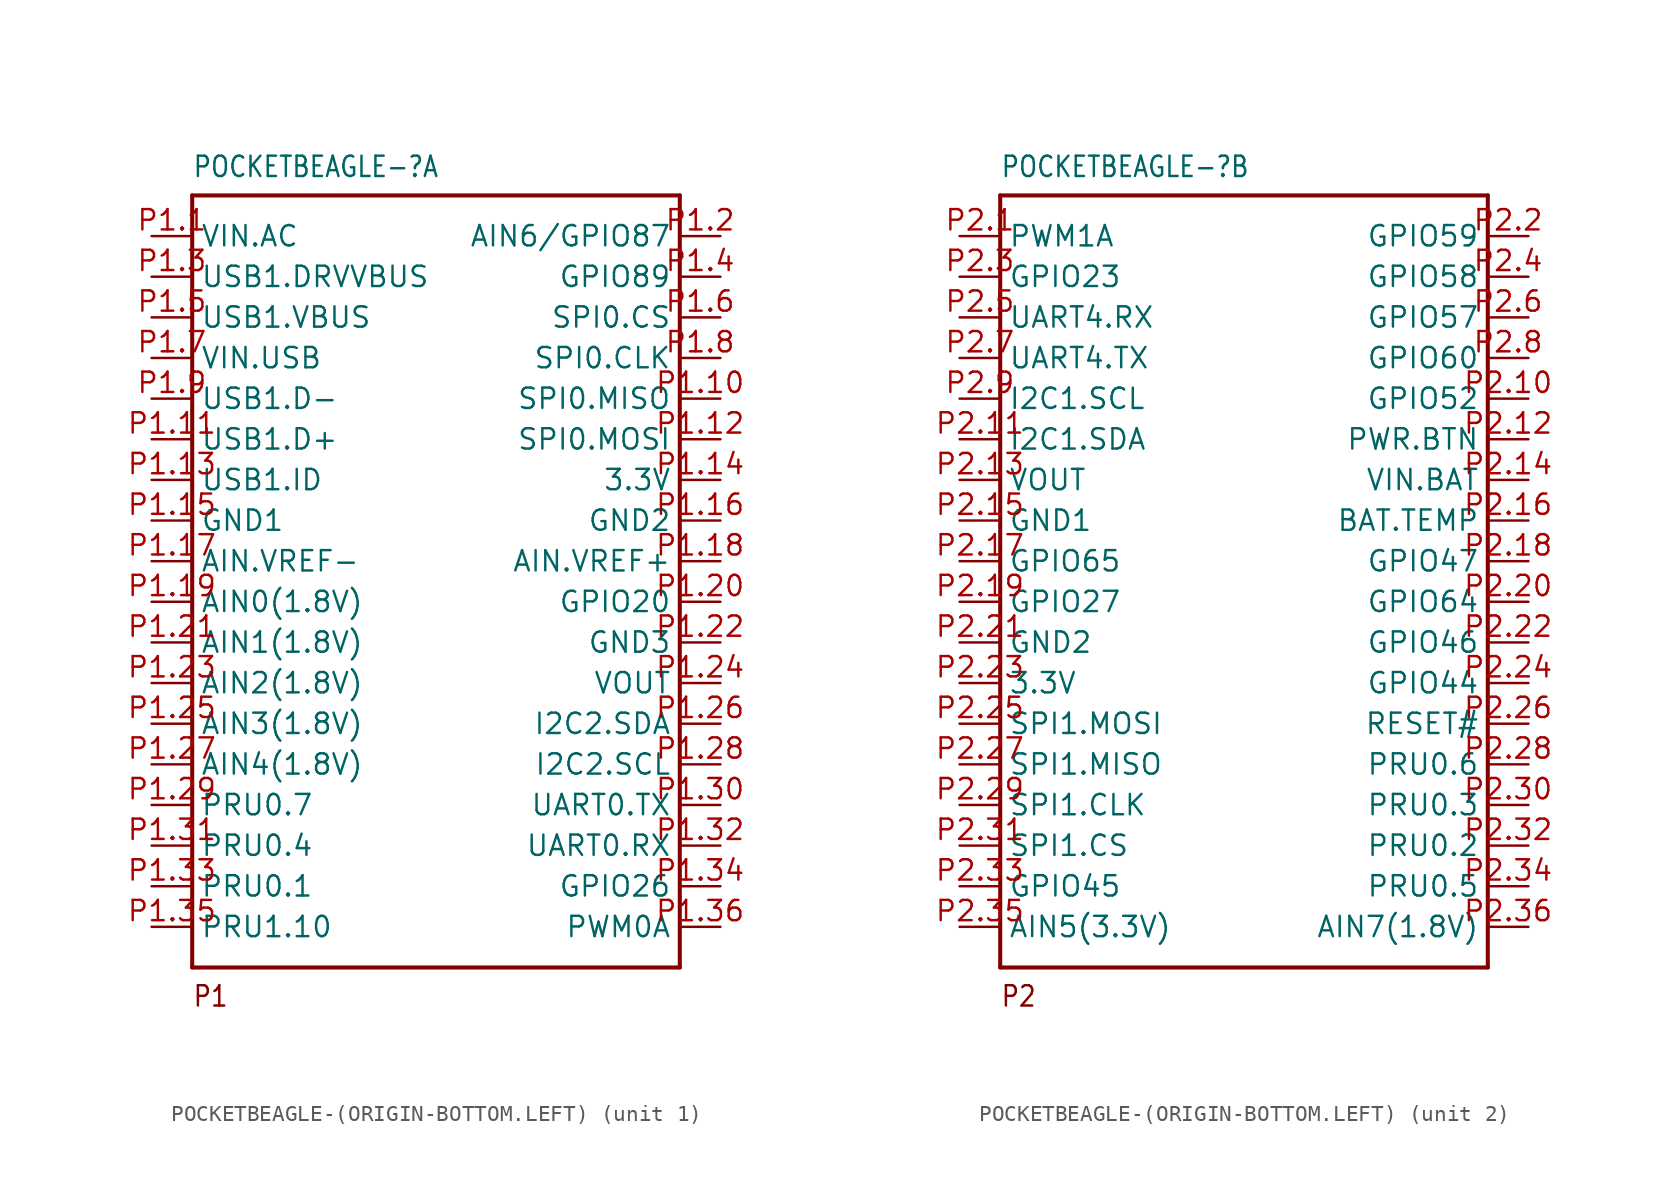
<source format=kicad_sym>
(kicad_symbol_lib
  (version 20231120)
  (generator "kicad_symbol_editor")
  (generator_version "8.0")
  (symbol "POCKETBEAGLE-(ORIGIN-BOTTOM.LEFT)"
    (property "Reference" "POCKETBEAGLE-"
      (at -15.24 27.94 0)
      (effects (font (size 1.27 1.079)) (justify left top)))
    (property "ki_locked" ""
      (at 0 0 0)
      (effects (font (size 1.27 1.27))))
    (symbol "POCKETBEAGLE-(ORIGIN-BOTTOM.LEFT)_1_0"
      (polyline (pts (xy -15.24 -22.86) (xy -15.24 25.4)) (stroke (width 0.254) (type solid)) (fill (type none)))
      (polyline (pts (xy -15.24 25.4) (xy 15.24 25.4)) (stroke (width 0.254) (type solid)) (fill (type none)))
      (polyline (pts (xy 15.24 -22.86) (xy -15.24 -22.86)) (stroke (width 0.254) (type solid)) (fill (type none)))
      (polyline (pts (xy 15.24 25.4) (xy 15.24 -22.86)) (stroke (width 0.254) (type solid)) (fill (type none)))
      (text "P1" (at -15.24 -25.4 0) (effects (font (size 1.27 1.079)) (justify left bottom)))
      (pin bidirectional line (at -17.78 22.86 0) (length 2.54) (name "VIN.AC" (effects (font (size 1.27 1.27)))) (number "P1.1" (effects (font (size 1.27 1.27)))))
      (pin bidirectional line (at 17.78 12.7 180) (length 2.54) (name "SPI0.MISO" (effects (font (size 1.27 1.27)))) (number "P1.10" (effects (font (size 1.27 1.27)))))
      (pin bidirectional line (at -17.78 10.16 0) (length 2.54) (name "USB1.D+" (effects (font (size 1.27 1.27)))) (number "P1.11" (effects (font (size 1.27 1.27)))))
      (pin bidirectional line (at 17.78 10.16 180) (length 2.54) (name "SPI0.MOSI" (effects (font (size 1.27 1.27)))) (number "P1.12" (effects (font (size 1.27 1.27)))))
      (pin bidirectional line (at -17.78 7.62 0) (length 2.54) (name "USB1.ID" (effects (font (size 1.27 1.27)))) (number "P1.13" (effects (font (size 1.27 1.27)))))
      (pin bidirectional line (at 17.78 7.62 180) (length 2.54) (name "3.3V" (effects (font (size 1.27 1.27)))) (number "P1.14" (effects (font (size 1.27 1.27)))))
      (pin bidirectional line (at -17.78 5.08 0) (length 2.54) (name "GND1" (effects (font (size 1.27 1.27)))) (number "P1.15" (effects (font (size 1.27 1.27)))))
      (pin bidirectional line (at 17.78 5.08 180) (length 2.54) (name "GND2" (effects (font (size 1.27 1.27)))) (number "P1.16" (effects (font (size 1.27 1.27)))))
      (pin bidirectional line (at -17.78 2.54 0) (length 2.54) (name "AIN.VREF-" (effects (font (size 1.27 1.27)))) (number "P1.17" (effects (font (size 1.27 1.27)))))
      (pin bidirectional line (at 17.78 2.54 180) (length 2.54) (name "AIN.VREF+" (effects (font (size 1.27 1.27)))) (number "P1.18" (effects (font (size 1.27 1.27)))))
      (pin bidirectional line (at -17.78 0 0) (length 2.54) (name "AIN0(1.8V)" (effects (font (size 1.27 1.27)))) (number "P1.19" (effects (font (size 1.27 1.27)))))
      (pin bidirectional line (at 17.78 22.86 180) (length 2.54) (name "AIN6/GPIO87" (effects (font (size 1.27 1.27)))) (number "P1.2" (effects (font (size 1.27 1.27)))))
      (pin bidirectional line (at 17.78 0 180) (length 2.54) (name "GPIO20" (effects (font (size 1.27 1.27)))) (number "P1.20" (effects (font (size 1.27 1.27)))))
      (pin bidirectional line (at -17.78 -2.54 0) (length 2.54) (name "AIN1(1.8V)" (effects (font (size 1.27 1.27)))) (number "P1.21" (effects (font (size 1.27 1.27)))))
      (pin bidirectional line (at 17.78 -2.54 180) (length 2.54) (name "GND3" (effects (font (size 1.27 1.27)))) (number "P1.22" (effects (font (size 1.27 1.27)))))
      (pin bidirectional line (at -17.78 -5.08 0) (length 2.54) (name "AIN2(1.8V)" (effects (font (size 1.27 1.27)))) (number "P1.23" (effects (font (size 1.27 1.27)))))
      (pin bidirectional line (at 17.78 -5.08 180) (length 2.54) (name "VOUT" (effects (font (size 1.27 1.27)))) (number "P1.24" (effects (font (size 1.27 1.27)))))
      (pin bidirectional line (at -17.78 -7.62 0) (length 2.54) (name "AIN3(1.8V)" (effects (font (size 1.27 1.27)))) (number "P1.25" (effects (font (size 1.27 1.27)))))
      (pin bidirectional line (at 17.78 -7.62 180) (length 2.54) (name "I2C2.SDA" (effects (font (size 1.27 1.27)))) (number "P1.26" (effects (font (size 1.27 1.27)))))
      (pin bidirectional line (at -17.78 -10.16 0) (length 2.54) (name "AIN4(1.8V)" (effects (font (size 1.27 1.27)))) (number "P1.27" (effects (font (size 1.27 1.27)))))
      (pin bidirectional line (at 17.78 -10.16 180) (length 2.54) (name "I2C2.SCL" (effects (font (size 1.27 1.27)))) (number "P1.28" (effects (font (size 1.27 1.27)))))
      (pin bidirectional line (at -17.78 -12.7 0) (length 2.54) (name "PRU0.7" (effects (font (size 1.27 1.27)))) (number "P1.29" (effects (font (size 1.27 1.27)))))
      (pin bidirectional line (at -17.78 20.32 0) (length 2.54) (name "USB1.DRVVBUS" (effects (font (size 1.27 1.27)))) (number "P1.3" (effects (font (size 1.27 1.27)))))
      (pin bidirectional line (at 17.78 -12.7 180) (length 2.54) (name "UART0.TX" (effects (font (size 1.27 1.27)))) (number "P1.30" (effects (font (size 1.27 1.27)))))
      (pin bidirectional line (at -17.78 -15.24 0) (length 2.54) (name "PRU0.4" (effects (font (size 1.27 1.27)))) (number "P1.31" (effects (font (size 1.27 1.27)))))
      (pin bidirectional line (at 17.78 -15.24 180) (length 2.54) (name "UART0.RX" (effects (font (size 1.27 1.27)))) (number "P1.32" (effects (font (size 1.27 1.27)))))
      (pin bidirectional line (at -17.78 -17.78 0) (length 2.54) (name "PRU0.1" (effects (font (size 1.27 1.27)))) (number "P1.33" (effects (font (size 1.27 1.27)))))
      (pin bidirectional line (at 17.78 -17.78 180) (length 2.54) (name "GPIO26" (effects (font (size 1.27 1.27)))) (number "P1.34" (effects (font (size 1.27 1.27)))))
      (pin bidirectional line (at -17.78 -20.32 0) (length 2.54) (name "PRU1.10" (effects (font (size 1.27 1.27)))) (number "P1.35" (effects (font (size 1.27 1.27)))))
      (pin bidirectional line (at 17.78 -20.32 180) (length 2.54) (name "PWM0A" (effects (font (size 1.27 1.27)))) (number "P1.36" (effects (font (size 1.27 1.27)))))
      (pin bidirectional line (at 17.78 20.32 180) (length 2.54) (name "GPIO89" (effects (font (size 1.27 1.27)))) (number "P1.4" (effects (font (size 1.27 1.27)))))
      (pin bidirectional line (at -17.78 17.78 0) (length 2.54) (name "USB1.VBUS" (effects (font (size 1.27 1.27)))) (number "P1.5" (effects (font (size 1.27 1.27)))))
      (pin bidirectional line (at 17.78 17.78 180) (length 2.54) (name "SPI0.CS" (effects (font (size 1.27 1.27)))) (number "P1.6" (effects (font (size 1.27 1.27)))))
      (pin bidirectional line (at -17.78 15.24 0) (length 2.54) (name "VIN.USB" (effects (font (size 1.27 1.27)))) (number "P1.7" (effects (font (size 1.27 1.27)))))
      (pin bidirectional line (at 17.78 15.24 180) (length 2.54) (name "SPI0.CLK" (effects (font (size 1.27 1.27)))) (number "P1.8" (effects (font (size 1.27 1.27)))))
      (pin bidirectional line (at -17.78 12.7 0) (length 2.54) (name "USB1.D-" (effects (font (size 1.27 1.27)))) (number "P1.9" (effects (font (size 1.27 1.27))))))
    (symbol "POCKETBEAGLE-(ORIGIN-BOTTOM.LEFT)_2_0"
      (polyline (pts (xy -15.24 -22.86) (xy -15.24 25.4)) (stroke (width 0.254) (type solid)) (fill (type none)))
      (polyline (pts (xy -15.24 25.4) (xy 15.24 25.4)) (stroke (width 0.254) (type solid)) (fill (type none)))
      (polyline (pts (xy 15.24 -22.86) (xy -15.24 -22.86)) (stroke (width 0.254) (type solid)) (fill (type none)))
      (polyline (pts (xy 15.24 25.4) (xy 15.24 -22.86)) (stroke (width 0.254) (type solid)) (fill (type none)))
      (text "P2" (at -15.24 -25.4 0) (effects (font (size 1.27 1.079)) (justify left bottom)))
      (pin bidirectional line (at -17.78 22.86 0) (length 2.54) (name "PWM1A" (effects (font (size 1.27 1.27)))) (number "P2.1" (effects (font (size 1.27 1.27)))))
      (pin bidirectional line (at 17.78 12.7 180) (length 2.54) (name "GPIO52" (effects (font (size 1.27 1.27)))) (number "P2.10" (effects (font (size 1.27 1.27)))))
      (pin bidirectional line (at -17.78 10.16 0) (length 2.54) (name "I2C1.SDA" (effects (font (size 1.27 1.27)))) (number "P2.11" (effects (font (size 1.27 1.27)))))
      (pin bidirectional line (at 17.78 10.16 180) (length 2.54) (name "PWR.BTN" (effects (font (size 1.27 1.27)))) (number "P2.12" (effects (font (size 1.27 1.27)))))
      (pin bidirectional line (at -17.78 7.62 0) (length 2.54) (name "VOUT" (effects (font (size 1.27 1.27)))) (number "P2.13" (effects (font (size 1.27 1.27)))))
      (pin bidirectional line (at 17.78 7.62 180) (length 2.54) (name "VIN.BAT" (effects (font (size 1.27 1.27)))) (number "P2.14" (effects (font (size 1.27 1.27)))))
      (pin bidirectional line (at -17.78 5.08 0) (length 2.54) (name "GND1" (effects (font (size 1.27 1.27)))) (number "P2.15" (effects (font (size 1.27 1.27)))))
      (pin bidirectional line (at 17.78 5.08 180) (length 2.54) (name "BAT.TEMP" (effects (font (size 1.27 1.27)))) (number "P2.16" (effects (font (size 1.27 1.27)))))
      (pin bidirectional line (at -17.78 2.54 0) (length 2.54) (name "GPIO65" (effects (font (size 1.27 1.27)))) (number "P2.17" (effects (font (size 1.27 1.27)))))
      (pin bidirectional line (at 17.78 2.54 180) (length 2.54) (name "GPIO47" (effects (font (size 1.27 1.27)))) (number "P2.18" (effects (font (size 1.27 1.27)))))
      (pin bidirectional line (at -17.78 0 0) (length 2.54) (name "GPIO27" (effects (font (size 1.27 1.27)))) (number "P2.19" (effects (font (size 1.27 1.27)))))
      (pin bidirectional line (at 17.78 22.86 180) (length 2.54) (name "GPIO59" (effects (font (size 1.27 1.27)))) (number "P2.2" (effects (font (size 1.27 1.27)))))
      (pin bidirectional line (at 17.78 0 180) (length 2.54) (name "GPIO64" (effects (font (size 1.27 1.27)))) (number "P2.20" (effects (font (size 1.27 1.27)))))
      (pin bidirectional line (at -17.78 -2.54 0) (length 2.54) (name "GND2" (effects (font (size 1.27 1.27)))) (number "P2.21" (effects (font (size 1.27 1.27)))))
      (pin bidirectional line (at 17.78 -2.54 180) (length 2.54) (name "GPIO46" (effects (font (size 1.27 1.27)))) (number "P2.22" (effects (font (size 1.27 1.27)))))
      (pin bidirectional line (at -17.78 -5.08 0) (length 2.54) (name "3.3V" (effects (font (size 1.27 1.27)))) (number "P2.23" (effects (font (size 1.27 1.27)))))
      (pin bidirectional line (at 17.78 -5.08 180) (length 2.54) (name "GPIO44" (effects (font (size 1.27 1.27)))) (number "P2.24" (effects (font (size 1.27 1.27)))))
      (pin bidirectional line (at -17.78 -7.62 0) (length 2.54) (name "SPI1.MOSI" (effects (font (size 1.27 1.27)))) (number "P2.25" (effects (font (size 1.27 1.27)))))
      (pin bidirectional line (at 17.78 -7.62 180) (length 2.54) (name "RESET#" (effects (font (size 1.27 1.27)))) (number "P2.26" (effects (font (size 1.27 1.27)))))
      (pin bidirectional line (at -17.78 -10.16 0) (length 2.54) (name "SPI1.MISO" (effects (font (size 1.27 1.27)))) (number "P2.27" (effects (font (size 1.27 1.27)))))
      (pin bidirectional line (at 17.78 -10.16 180) (length 2.54) (name "PRU0.6" (effects (font (size 1.27 1.27)))) (number "P2.28" (effects (font (size 1.27 1.27)))))
      (pin bidirectional line (at -17.78 -12.7 0) (length 2.54) (name "SPI1.CLK" (effects (font (size 1.27 1.27)))) (number "P2.29" (effects (font (size 1.27 1.27)))))
      (pin bidirectional line (at -17.78 20.32 0) (length 2.54) (name "GPIO23" (effects (font (size 1.27 1.27)))) (number "P2.3" (effects (font (size 1.27 1.27)))))
      (pin bidirectional line (at 17.78 -12.7 180) (length 2.54) (name "PRU0.3" (effects (font (size 1.27 1.27)))) (number "P2.30" (effects (font (size 1.27 1.27)))))
      (pin bidirectional line (at -17.78 -15.24 0) (length 2.54) (name "SPI1.CS" (effects (font (size 1.27 1.27)))) (number "P2.31" (effects (font (size 1.27 1.27)))))
      (pin bidirectional line (at 17.78 -15.24 180) (length 2.54) (name "PRU0.2" (effects (font (size 1.27 1.27)))) (number "P2.32" (effects (font (size 1.27 1.27)))))
      (pin bidirectional line (at -17.78 -17.78 0) (length 2.54) (name "GPIO45" (effects (font (size 1.27 1.27)))) (number "P2.33" (effects (font (size 1.27 1.27)))))
      (pin bidirectional line (at 17.78 -17.78 180) (length 2.54) (name "PRU0.5" (effects (font (size 1.27 1.27)))) (number "P2.34" (effects (font (size 1.27 1.27)))))
      (pin bidirectional line (at -17.78 -20.32 0) (length 2.54) (name "AIN5(3.3V)" (effects (font (size 1.27 1.27)))) (number "P2.35" (effects (font (size 1.27 1.27)))))
      (pin bidirectional line (at 17.78 -20.32 180) (length 2.54) (name "AIN7(1.8V)" (effects (font (size 1.27 1.27)))) (number "P2.36" (effects (font (size 1.27 1.27)))))
      (pin bidirectional line (at 17.78 20.32 180) (length 2.54) (name "GPIO58" (effects (font (size 1.27 1.27)))) (number "P2.4" (effects (font (size 1.27 1.27)))))
      (pin bidirectional line (at -17.78 17.78 0) (length 2.54) (name "UART4.RX" (effects (font (size 1.27 1.27)))) (number "P2.5" (effects (font (size 1.27 1.27)))))
      (pin bidirectional line (at 17.78 17.78 180) (length 2.54) (name "GPIO57" (effects (font (size 1.27 1.27)))) (number "P2.6" (effects (font (size 1.27 1.27)))))
      (pin bidirectional line (at -17.78 15.24 0) (length 2.54) (name "UART4.TX" (effects (font (size 1.27 1.27)))) (number "P2.7" (effects (font (size 1.27 1.27)))))
      (pin bidirectional line (at 17.78 15.24 180) (length 2.54) (name "GPIO60" (effects (font (size 1.27 1.27)))) (number "P2.8" (effects (font (size 1.27 1.27)))))
      (pin bidirectional line (at -17.78 12.7 0) (length 2.54) (name "I2C1.SCL" (effects (font (size 1.27 1.27)))) (number "P2.9" (effects (font (size 1.27 1.27))))))))
</source>
